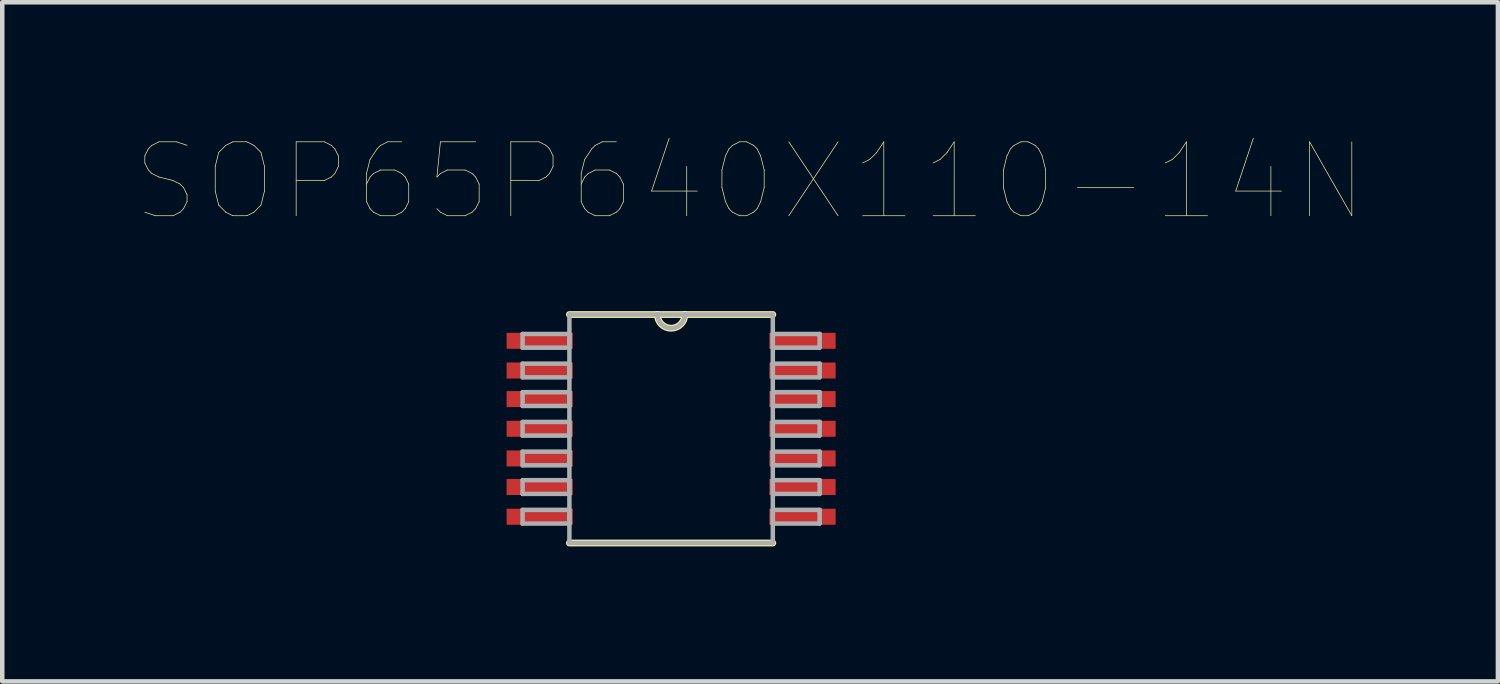
<source format=kicad_pcb>
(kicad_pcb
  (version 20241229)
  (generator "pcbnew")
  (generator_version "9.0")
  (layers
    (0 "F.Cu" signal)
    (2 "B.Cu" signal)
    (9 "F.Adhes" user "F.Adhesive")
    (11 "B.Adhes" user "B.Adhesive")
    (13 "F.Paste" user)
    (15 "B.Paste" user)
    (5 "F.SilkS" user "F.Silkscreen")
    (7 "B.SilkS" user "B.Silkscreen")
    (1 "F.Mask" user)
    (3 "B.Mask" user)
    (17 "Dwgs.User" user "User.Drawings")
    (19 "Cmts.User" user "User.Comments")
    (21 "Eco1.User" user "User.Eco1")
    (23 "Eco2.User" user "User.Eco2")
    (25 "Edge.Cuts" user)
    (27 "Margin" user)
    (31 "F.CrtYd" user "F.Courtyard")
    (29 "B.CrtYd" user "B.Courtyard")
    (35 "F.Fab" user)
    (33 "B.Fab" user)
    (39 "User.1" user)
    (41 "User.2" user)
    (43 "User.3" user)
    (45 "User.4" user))
  (footprint "SOP65P640X110-14N"
    (layer "F.Cu")
    (at 11.871 6.483)
    (property "Reference" "SOP65P640X110-14N" (at 1.756 -5.496 0) (layer "F.SilkS") (effects (font (size 1.643 1.643) (thickness 0.015))))
    (attr through_hole)
    (fp_line (start -2.261 2.54) (end 2.261 2.54) (stroke (width 0.152) (type solid)) (layer "F.SilkS"))
    (fp_line (start -0.305 -2.54) (end -2.261 -2.54) (stroke (width 0.152) (type solid)) (layer "F.SilkS"))
    (fp_line (start 0.305 -2.54) (end -0.305 -2.54) (stroke (width 0.152) (type solid)) (layer "F.SilkS"))
    (fp_line (start 2.261 -2.54) (end 0.305 -2.54) (stroke (width 0.152) (type solid)) (layer "F.SilkS"))
    (fp_arc (start 0.3048 -2.54) (mid 0 -2.2352) (end -0.3048 -2.54) (stroke (width 0.1524) (type solid)) (layer "F.SilkS"))
    (fp_line (start -3.302 -2.108) (end -3.302 -1.803) (stroke (width 0.1) (type solid)) (layer "F.Fab"))
    (fp_line (start -3.302 -1.803) (end -2.261 -1.803) (stroke (width 0.1) (type solid)) (layer "F.Fab"))
    (fp_line (start -3.302 -1.448) (end -3.302 -1.143) (stroke (width 0.1) (type solid)) (layer "F.Fab"))
    (fp_line (start -3.302 -1.143) (end -2.261 -1.143) (stroke (width 0.1) (type solid)) (layer "F.Fab"))
    (fp_line (start -3.302 -0.813) (end -3.302 -0.508) (stroke (width 0.1) (type solid)) (layer "F.Fab"))
    (fp_line (start -3.302 -0.508) (end -2.261 -0.508) (stroke (width 0.1) (type solid)) (layer "F.Fab"))
    (fp_line (start -3.302 -0.152) (end -3.302 0.152) (stroke (width 0.1) (type solid)) (layer "F.Fab"))
    (fp_line (start -3.302 0.152) (end -2.261 0.152) (stroke (width 0.1) (type solid)) (layer "F.Fab"))
    (fp_line (start -3.302 0.508) (end -3.302 0.813) (stroke (width 0.1) (type solid)) (layer "F.Fab"))
    (fp_line (start -3.302 0.813) (end -2.261 0.813) (stroke (width 0.1) (type solid)) (layer "F.Fab"))
    (fp_line (start -3.302 1.143) (end -3.302 1.448) (stroke (width 0.1) (type solid)) (layer "F.Fab"))
    (fp_line (start -3.302 1.448) (end -2.261 1.448) (stroke (width 0.1) (type solid)) (layer "F.Fab"))
    (fp_line (start -3.302 1.803) (end -3.302 2.108) (stroke (width 0.1) (type solid)) (layer "F.Fab"))
    (fp_line (start -3.302 2.108) (end -2.261 2.108) (stroke (width 0.1) (type solid)) (layer "F.Fab"))
    (fp_line (start -2.261 -2.54) (end -2.261 2.54) (stroke (width 0.1) (type solid)) (layer "F.Fab"))
    (fp_line (start -2.261 -2.108) (end -3.302 -2.108) (stroke (width 0.1) (type solid)) (layer "F.Fab"))
    (fp_line (start -2.261 -1.803) (end -2.261 -2.108) (stroke (width 0.1) (type solid)) (layer "F.Fab"))
    (fp_line (start -2.261 -1.448) (end -3.302 -1.448) (stroke (width 0.1) (type solid)) (layer "F.Fab"))
    (fp_line (start -2.261 -1.143) (end -2.261 -1.448) (stroke (width 0.1) (type solid)) (layer "F.Fab"))
    (fp_line (start -2.261 -0.813) (end -3.302 -0.813) (stroke (width 0.1) (type solid)) (layer "F.Fab"))
    (fp_line (start -2.261 -0.508) (end -2.261 -0.813) (stroke (width 0.1) (type solid)) (layer "F.Fab"))
    (fp_line (start -2.261 -0.152) (end -3.302 -0.152) (stroke (width 0.1) (type solid)) (layer "F.Fab"))
    (fp_line (start -2.261 0.152) (end -2.261 -0.152) (stroke (width 0.1) (type solid)) (layer "F.Fab"))
    (fp_line (start -2.261 0.508) (end -3.302 0.508) (stroke (width 0.1) (type solid)) (layer "F.Fab"))
    (fp_line (start -2.261 0.813) (end -2.261 0.508) (stroke (width 0.1) (type solid)) (layer "F.Fab"))
    (fp_line (start -2.261 1.143) (end -3.302 1.143) (stroke (width 0.1) (type solid)) (layer "F.Fab"))
    (fp_line (start -2.261 1.448) (end -2.261 1.143) (stroke (width 0.1) (type solid)) (layer "F.Fab"))
    (fp_line (start -2.261 1.803) (end -3.302 1.803) (stroke (width 0.1) (type solid)) (layer "F.Fab"))
    (fp_line (start -2.261 2.108) (end -2.261 1.803) (stroke (width 0.1) (type solid)) (layer "F.Fab"))
    (fp_line (start -2.261 2.54) (end 2.261 2.54) (stroke (width 0.1) (type solid)) (layer "F.Fab"))
    (fp_line (start -0.305 -2.54) (end -2.261 -2.54) (stroke (width 0.1) (type solid)) (layer "F.Fab"))
    (fp_line (start 0.305 -2.54) (end -0.305 -2.54) (stroke (width 0.1) (type solid)) (layer "F.Fab"))
    (fp_line (start 2.261 -2.54) (end 0.305 -2.54) (stroke (width 0.1) (type solid)) (layer "F.Fab"))
    (fp_line (start 2.261 -2.108) (end 2.261 -1.803) (stroke (width 0.1) (type solid)) (layer "F.Fab"))
    (fp_line (start 2.261 -1.803) (end 3.302 -1.803) (stroke (width 0.1) (type solid)) (layer "F.Fab"))
    (fp_line (start 2.261 -1.448) (end 2.261 -1.143) (stroke (width 0.1) (type solid)) (layer "F.Fab"))
    (fp_line (start 2.261 -1.143) (end 3.302 -1.143) (stroke (width 0.1) (type solid)) (layer "F.Fab"))
    (fp_line (start 2.261 -0.813) (end 2.261 -0.508) (stroke (width 0.1) (type solid)) (layer "F.Fab"))
    (fp_line (start 2.261 -0.508) (end 3.302 -0.508) (stroke (width 0.1) (type solid)) (layer "F.Fab"))
    (fp_line (start 2.261 -0.152) (end 2.261 0.152) (stroke (width 0.1) (type solid)) (layer "F.Fab"))
    (fp_line (start 2.261 0.152) (end 3.302 0.152) (stroke (width 0.1) (type solid)) (layer "F.Fab"))
    (fp_line (start 2.261 0.508) (end 2.261 0.813) (stroke (width 0.1) (type solid)) (layer "F.Fab"))
    (fp_line (start 2.261 0.813) (end 3.302 0.813) (stroke (width 0.1) (type solid)) (layer "F.Fab"))
    (fp_line (start 2.261 1.143) (end 2.261 1.448) (stroke (width 0.1) (type solid)) (layer "F.Fab"))
    (fp_line (start 2.261 1.448) (end 3.302 1.448) (stroke (width 0.1) (type solid)) (layer "F.Fab"))
    (fp_line (start 2.261 1.803) (end 2.261 2.108) (stroke (width 0.1) (type solid)) (layer "F.Fab"))
    (fp_line (start 2.261 2.108) (end 3.302 2.108) (stroke (width 0.1) (type solid)) (layer "F.Fab"))
    (fp_line (start 2.261 2.54) (end 2.261 -2.54) (stroke (width 0.1) (type solid)) (layer "F.Fab"))
    (fp_line (start 3.302 -2.108) (end 2.261 -2.108) (stroke (width 0.1) (type solid)) (layer "F.Fab"))
    (fp_line (start 3.302 -1.803) (end 3.302 -2.108) (stroke (width 0.1) (type solid)) (layer "F.Fab"))
    (fp_line (start 3.302 -1.448) (end 2.261 -1.448) (stroke (width 0.1) (type solid)) (layer "F.Fab"))
    (fp_line (start 3.302 -1.143) (end 3.302 -1.448) (stroke (width 0.1) (type solid)) (layer "F.Fab"))
    (fp_line (start 3.302 -0.813) (end 2.261 -0.813) (stroke (width 0.1) (type solid)) (layer "F.Fab"))
    (fp_line (start 3.302 -0.508) (end 3.302 -0.813) (stroke (width 0.1) (type solid)) (layer "F.Fab"))
    (fp_line (start 3.302 -0.152) (end 2.261 -0.152) (stroke (width 0.1) (type solid)) (layer "F.Fab"))
    (fp_line (start 3.302 0.152) (end 3.302 -0.152) (stroke (width 0.1) (type solid)) (layer "F.Fab"))
    (fp_line (start 3.302 0.508) (end 2.261 0.508) (stroke (width 0.1) (type solid)) (layer "F.Fab"))
    (fp_line (start 3.302 0.813) (end 3.302 0.508) (stroke (width 0.1) (type solid)) (layer "F.Fab"))
    (fp_line (start 3.302 1.143) (end 2.261 1.143) (stroke (width 0.1) (type solid)) (layer "F.Fab"))
    (fp_line (start 3.302 1.448) (end 3.302 1.143) (stroke (width 0.1) (type solid)) (layer "F.Fab"))
    (fp_line (start 3.302 1.803) (end 2.261 1.803) (stroke (width 0.1) (type solid)) (layer "F.Fab"))
    (fp_line (start 3.302 2.108) (end 3.302 1.803) (stroke (width 0.1) (type solid)) (layer "F.Fab"))
    (fp_arc (start 0.3048 -2.54) (mid 0 -2.2352) (end -0.3048 -2.54) (stroke (width 0.1) (type solid)) (layer "F.Fab"))
    (pad "1" smd rect (at -2.921 -1.956) (size 1.473 0.356) (layers "F.Cu" "F.Mask" "F.Paste"))
    (pad "2" smd rect (at -2.921 -1.295) (size 1.473 0.356) (layers "F.Cu" "F.Mask" "F.Paste"))
    (pad "3" smd rect (at -2.921 -0.66) (size 1.473 0.356) (layers "F.Cu" "F.Mask" "F.Paste"))
    (pad "4" smd rect (at -2.921 0) (size 1.473 0.356) (layers "F.Cu" "F.Mask" "F.Paste"))
    (pad "5" smd rect (at -2.921 0.66) (size 1.473 0.356) (layers "F.Cu" "F.Mask" "F.Paste"))
    (pad "6" smd rect (at -2.921 1.295) (size 1.473 0.356) (layers "F.Cu" "F.Mask" "F.Paste"))
    (pad "7" smd rect (at -2.921 1.956) (size 1.473 0.356) (layers "F.Cu" "F.Mask" "F.Paste"))
    (pad "8" smd rect (at 2.921 1.956) (size 1.473 0.356) (layers "F.Cu" "F.Mask" "F.Paste"))
    (pad "9" smd rect (at 2.921 1.295) (size 1.473 0.356) (layers "F.Cu" "F.Mask" "F.Paste"))
    (pad "10" smd rect (at 2.921 0.66) (size 1.473 0.356) (layers "F.Cu" "F.Mask" "F.Paste"))
    (pad "11" smd rect (at 2.921 0) (size 1.473 0.356) (layers "F.Cu" "F.Mask" "F.Paste"))
    (pad "12" smd rect (at 2.921 -0.66) (size 1.473 0.356) (layers "F.Cu" "F.Mask" "F.Paste"))
    (pad "13" smd rect (at 2.921 -1.295) (size 1.473 0.356) (layers "F.Cu" "F.Mask" "F.Paste"))
    (pad "14" smd rect (at 2.921 -1.956) (size 1.473 0.356) (layers "F.Cu" "F.Mask" "F.Paste")))
  (gr_rect
    (start -3 -3)
    (end 30.254 12.1)
    (stroke (width 0.1) (type default))
    (fill no)
    (layer "Edge.Cuts")))
</source>
